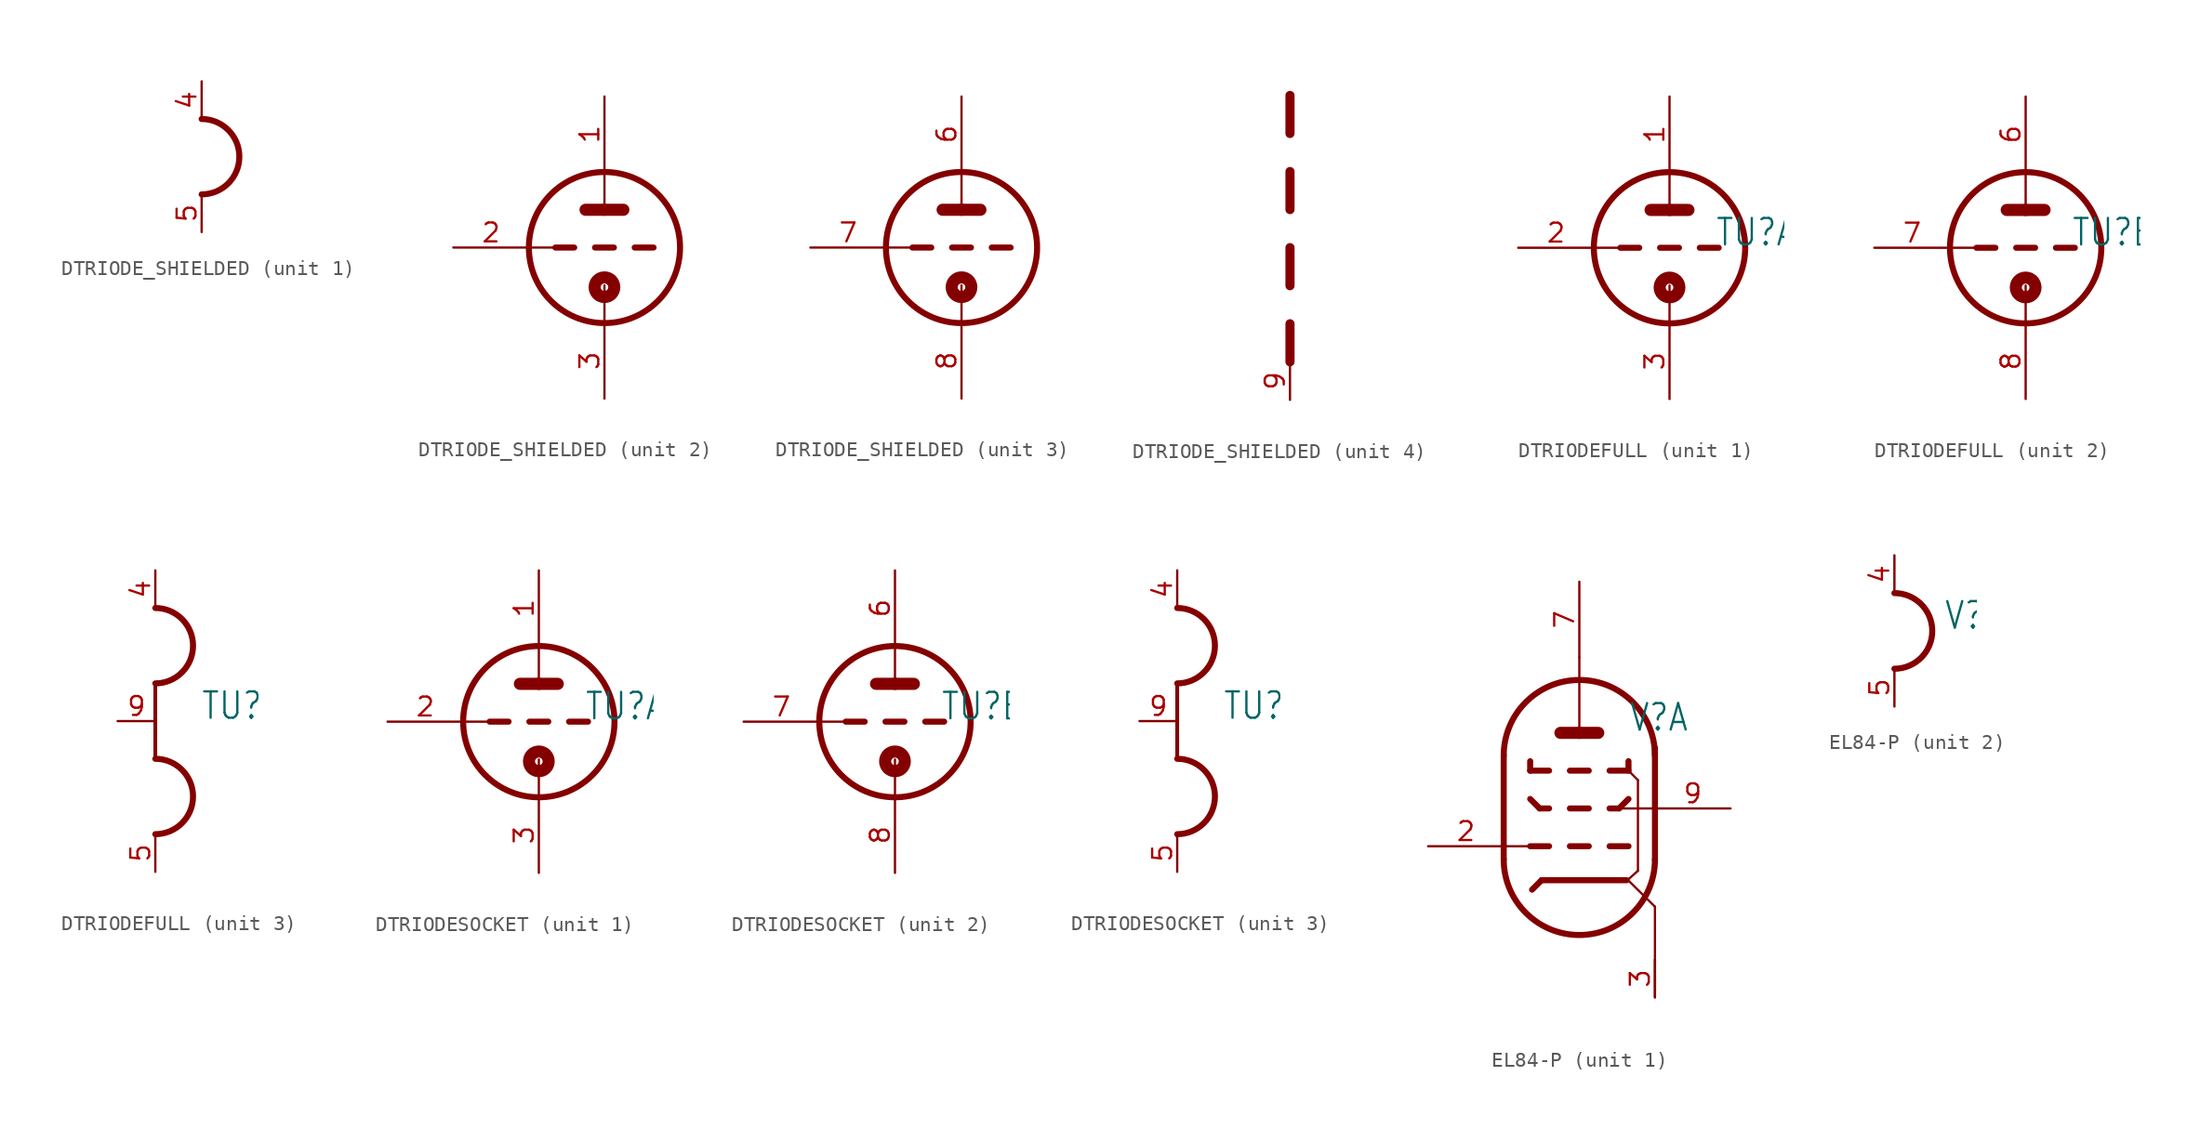
<source format=kicad_sym>
(kicad_symbol_lib
  (version 20231120)
  (generator "kicad_symbol_editor")
  (generator_version "8.0")
  (symbol "DTRIODE_SHIELDED"
    (property "Reference" "TU"
      (at 2.54 7.62 0)
      (effects (font (size 1.778 1.511)) (justify left bottom) (hide yes)))
    (property "ki_locked" ""
      (at 0 0 0)
      (effects (font (size 1.27 1.27))))
    (symbol "DTRIODE_SHIELDED_1_0"
      (arc (start 0 2.54) (mid 2.54 5.08) (end 0 7.62) (stroke (width 0.4064) (type solid)) (fill (type none)))
      (pin passive line (at 0 10.16 270) (length 2.54) (name "H1" (effects (font (size 0 0)))) (number "4" (effects (font (size 1.27 1.27)))))
      (pin passive line (at 0 0 90) (length 2.54) (name "H2" (effects (font (size 0 0)))) (number "5" (effects (font (size 1.27 1.27))))))
    (symbol "DTRIODE_SHIELDED_2_0"
      (circle (center 0 -2.667) (radius 0.254) (stroke (width 0.813) (type solid)) (fill (type none)))
      (polyline (pts (xy -5.08 0) (xy -3.302 0)) (stroke (width 0.152) (type solid)) (fill (type none)))
      (polyline (pts (xy -3.302 0) (xy -2.032 0)) (stroke (width 0.406) (type solid)) (fill (type none)))
      (polyline (pts (xy -1.27 2.54) (xy 0 2.54)) (stroke (width 0.813) (type solid)) (fill (type none)))
      (polyline (pts (xy -0.635 0) (xy 0.635 0)) (stroke (width 0.406) (type solid)) (fill (type none)))
      (polyline (pts (xy 0 -2.54) (xy 0 -5.08)) (stroke (width 0.152) (type solid)) (fill (type none)))
      (polyline (pts (xy 0 2.54) (xy 1.27 2.54)) (stroke (width 0.813) (type solid)) (fill (type none)))
      (polyline (pts (xy 0 5.08) (xy 0 2.54)) (stroke (width 0.152) (type solid)) (fill (type none)))
      (polyline (pts (xy 2.032 0) (xy 3.302 0)) (stroke (width 0.406) (type solid)) (fill (type none)))
      (circle (center 0 0) (radius 5.08) (stroke (width 0.406) (type solid)) (fill (type none)))
      (pin passive line (at 0 10.16 270) (length 5.08) (name "TA" (effects (font (size 0 0)))) (number "1" (effects (font (size 1.27 1.27)))))
      (pin passive line (at -10.16 0 0) (length 5.08) (name "TG" (effects (font (size 0 0)))) (number "2" (effects (font (size 1.27 1.27)))))
      (pin passive line (at 0 -10.16 90) (length 5.08) (name "TK" (effects (font (size 0 0)))) (number "3" (effects (font (size 1.27 1.27))))))
    (symbol "DTRIODE_SHIELDED_3_0"
      (circle (center 0 -2.667) (radius 0.254) (stroke (width 0.813) (type solid)) (fill (type none)))
      (polyline (pts (xy -5.08 0) (xy -3.302 0)) (stroke (width 0.152) (type solid)) (fill (type none)))
      (polyline (pts (xy -3.302 0) (xy -2.032 0)) (stroke (width 0.406) (type solid)) (fill (type none)))
      (polyline (pts (xy -1.27 2.54) (xy 0 2.54)) (stroke (width 0.813) (type solid)) (fill (type none)))
      (polyline (pts (xy -0.635 0) (xy 0.635 0)) (stroke (width 0.406) (type solid)) (fill (type none)))
      (polyline (pts (xy 0 -2.54) (xy 0 -5.08)) (stroke (width 0.152) (type solid)) (fill (type none)))
      (polyline (pts (xy 0 2.54) (xy 1.27 2.54)) (stroke (width 0.813) (type solid)) (fill (type none)))
      (polyline (pts (xy 0 5.08) (xy 0 2.54)) (stroke (width 0.152) (type solid)) (fill (type none)))
      (polyline (pts (xy 2.032 0) (xy 3.302 0)) (stroke (width 0.406) (type solid)) (fill (type none)))
      (circle (center 0 0) (radius 5.08) (stroke (width 0.406) (type solid)) (fill (type none)))
      (pin passive line (at 0 10.16 270) (length 5.08) (name "TA" (effects (font (size 0 0)))) (number "6" (effects (font (size 1.27 1.27)))))
      (pin passive line (at -10.16 0 0) (length 5.08) (name "TG" (effects (font (size 0 0)))) (number "7" (effects (font (size 1.27 1.27)))))
      (pin passive line (at 0 -10.16 90) (length 5.08) (name "TK" (effects (font (size 0 0)))) (number "8" (effects (font (size 1.27 1.27))))))
    (symbol "DTRIODE_SHIELDED_4_0"
      (polyline (pts (xy 0 -7.62) (xy 0 -5.08)) (stroke (width 0.61) (type solid)) (fill (type none)))
      (polyline (pts (xy 0 -2.54) (xy 0 0)) (stroke (width 0.61) (type solid)) (fill (type none)))
      (polyline (pts (xy 0 2.54) (xy 0 5.08)) (stroke (width 0.61) (type solid)) (fill (type none)))
      (polyline (pts (xy 0 7.62) (xy 0 10.16)) (stroke (width 0.61) (type solid)) (fill (type none)))
      (pin bidirectional line (at 0 -10.16 90) (length 2.54) (name "P$1" (effects (font (size 0 0)))) (number "9" (effects (font (size 1.27 1.27)))))))
  (symbol "DTRIODEFULL"
    (property "Reference" "TU"
      (at 3.048 0 0)
      (effects (font (size 1.778 1.511)) (justify left bottom)))
    (property "Value" ""
      (at 3.048 -2.54 0)
      (effects (font (size 1.778 1.511)) (justify left bottom)))
    (property "ki_locked" ""
      (at 0 0 0)
      (effects (font (size 1.27 1.27))))
    (symbol "DTRIODEFULL_1_0"
      (circle (center 0 -2.667) (radius 0.254) (stroke (width 0.813) (type solid)) (fill (type none)))
      (polyline (pts (xy -5.08 0) (xy -3.302 0)) (stroke (width 0.152) (type solid)) (fill (type none)))
      (polyline (pts (xy -3.302 0) (xy -2.032 0)) (stroke (width 0.406) (type solid)) (fill (type none)))
      (polyline (pts (xy -1.27 2.54) (xy 0 2.54)) (stroke (width 0.813) (type solid)) (fill (type none)))
      (polyline (pts (xy -0.635 0) (xy 0.635 0)) (stroke (width 0.406) (type solid)) (fill (type none)))
      (polyline (pts (xy 0 -2.54) (xy 0 -5.08)) (stroke (width 0.152) (type solid)) (fill (type none)))
      (polyline (pts (xy 0 2.54) (xy 1.27 2.54)) (stroke (width 0.813) (type solid)) (fill (type none)))
      (polyline (pts (xy 0 5.08) (xy 0 2.54)) (stroke (width 0.152) (type solid)) (fill (type none)))
      (polyline (pts (xy 2.032 0) (xy 3.302 0)) (stroke (width 0.406) (type solid)) (fill (type none)))
      (circle (center 0 0) (radius 5.08) (stroke (width 0.406) (type solid)) (fill (type none)))
      (pin passive line (at 0 10.16 270) (length 5.08) (name "TA" (effects (font (size 0 0)))) (number "1" (effects (font (size 1.27 1.27)))))
      (pin passive line (at -10.16 0 0) (length 5.08) (name "TG" (effects (font (size 0 0)))) (number "2" (effects (font (size 1.27 1.27)))))
      (pin passive line (at 0 -10.16 90) (length 5.08) (name "TK" (effects (font (size 0 0)))) (number "3" (effects (font (size 1.27 1.27))))))
    (symbol "DTRIODEFULL_2_0"
      (circle (center 0 -2.667) (radius 0.254) (stroke (width 0.813) (type solid)) (fill (type none)))
      (polyline (pts (xy -5.08 0) (xy -3.302 0)) (stroke (width 0.152) (type solid)) (fill (type none)))
      (polyline (pts (xy -3.302 0) (xy -2.032 0)) (stroke (width 0.406) (type solid)) (fill (type none)))
      (polyline (pts (xy -1.27 2.54) (xy 0 2.54)) (stroke (width 0.813) (type solid)) (fill (type none)))
      (polyline (pts (xy -0.635 0) (xy 0.635 0)) (stroke (width 0.406) (type solid)) (fill (type none)))
      (polyline (pts (xy 0 -2.54) (xy 0 -5.08)) (stroke (width 0.152) (type solid)) (fill (type none)))
      (polyline (pts (xy 0 2.54) (xy 1.27 2.54)) (stroke (width 0.813) (type solid)) (fill (type none)))
      (polyline (pts (xy 0 5.08) (xy 0 2.54)) (stroke (width 0.152) (type solid)) (fill (type none)))
      (polyline (pts (xy 2.032 0) (xy 3.302 0)) (stroke (width 0.406) (type solid)) (fill (type none)))
      (circle (center 0 0) (radius 5.08) (stroke (width 0.406) (type solid)) (fill (type none)))
      (pin passive line (at 0 10.16 270) (length 5.08) (name "TA" (effects (font (size 0 0)))) (number "6" (effects (font (size 1.27 1.27)))))
      (pin passive line (at -10.16 0 0) (length 5.08) (name "TG" (effects (font (size 0 0)))) (number "7" (effects (font (size 1.27 1.27)))))
      (pin passive line (at 0 -10.16 90) (length 5.08) (name "TK" (effects (font (size 0 0)))) (number "8" (effects (font (size 1.27 1.27))))))
    (symbol "DTRIODEFULL_3_0"
      (arc (start 0 -7.62) (mid 2.54 -5.08) (end 0 -2.54) (stroke (width 0.4064) (type solid)) (fill (type none)))
      (polyline (pts (xy 0 2.54) (xy 0 -2.54)) (stroke (width 0.254) (type solid)) (fill (type none)))
      (arc (start 0 2.54) (mid 2.54 5.08) (end 0 7.62) (stroke (width 0.4064) (type solid)) (fill (type none)))
      (pin passive line (at 0 10.16 270) (length 2.54) (name "H1" (effects (font (size 0 0)))) (number "4" (effects (font (size 1.27 1.27)))))
      (pin passive line (at 0 -10.16 90) (length 2.54) (name "H3" (effects (font (size 0 0)))) (number "5" (effects (font (size 1.27 1.27)))))
      (pin passive line (at -2.54 0 0) (length 2.54) (name "H2" (effects (font (size 0 0)))) (number "9" (effects (font (size 1.27 1.27)))))))
  (symbol "DTRIODESOCKET"
    (property "Reference" "TU"
      (at 3.048 0 0)
      (effects (font (size 1.778 1.511)) (justify left bottom)))
    (property "Value" ""
      (at 3.048 -2.54 0)
      (effects (font (size 1.778 1.511)) (justify left bottom)))
    (property "ki_locked" ""
      (at 0 0 0)
      (effects (font (size 1.27 1.27))))
    (symbol "DTRIODESOCKET_1_0"
      (circle (center 0 -2.667) (radius 0.254) (stroke (width 0.813) (type solid)) (fill (type none)))
      (polyline (pts (xy -5.08 0) (xy -3.302 0)) (stroke (width 0.152) (type solid)) (fill (type none)))
      (polyline (pts (xy -3.302 0) (xy -2.032 0)) (stroke (width 0.406) (type solid)) (fill (type none)))
      (polyline (pts (xy -1.27 2.54) (xy 0 2.54)) (stroke (width 0.813) (type solid)) (fill (type none)))
      (polyline (pts (xy -0.635 0) (xy 0.635 0)) (stroke (width 0.406) (type solid)) (fill (type none)))
      (polyline (pts (xy 0 -2.54) (xy 0 -5.08)) (stroke (width 0.152) (type solid)) (fill (type none)))
      (polyline (pts (xy 0 2.54) (xy 1.27 2.54)) (stroke (width 0.813) (type solid)) (fill (type none)))
      (polyline (pts (xy 0 5.08) (xy 0 2.54)) (stroke (width 0.152) (type solid)) (fill (type none)))
      (polyline (pts (xy 2.032 0) (xy 3.302 0)) (stroke (width 0.406) (type solid)) (fill (type none)))
      (circle (center 0 0) (radius 5.08) (stroke (width 0.406) (type solid)) (fill (type none)))
      (pin passive line (at 0 10.16 270) (length 5.08) (name "TA" (effects (font (size 0 0)))) (number "1" (effects (font (size 1.27 1.27)))))
      (pin passive line (at -10.16 0 0) (length 5.08) (name "TG" (effects (font (size 0 0)))) (number "2" (effects (font (size 1.27 1.27)))))
      (pin passive line (at 0 -10.16 90) (length 5.08) (name "TK" (effects (font (size 0 0)))) (number "3" (effects (font (size 1.27 1.27))))))
    (symbol "DTRIODESOCKET_2_0"
      (circle (center 0 -2.667) (radius 0.254) (stroke (width 0.813) (type solid)) (fill (type none)))
      (polyline (pts (xy -5.08 0) (xy -3.302 0)) (stroke (width 0.152) (type solid)) (fill (type none)))
      (polyline (pts (xy -3.302 0) (xy -2.032 0)) (stroke (width 0.406) (type solid)) (fill (type none)))
      (polyline (pts (xy -1.27 2.54) (xy 0 2.54)) (stroke (width 0.813) (type solid)) (fill (type none)))
      (polyline (pts (xy -0.635 0) (xy 0.635 0)) (stroke (width 0.406) (type solid)) (fill (type none)))
      (polyline (pts (xy 0 -2.54) (xy 0 -5.08)) (stroke (width 0.152) (type solid)) (fill (type none)))
      (polyline (pts (xy 0 2.54) (xy 1.27 2.54)) (stroke (width 0.813) (type solid)) (fill (type none)))
      (polyline (pts (xy 0 5.08) (xy 0 2.54)) (stroke (width 0.152) (type solid)) (fill (type none)))
      (polyline (pts (xy 2.032 0) (xy 3.302 0)) (stroke (width 0.406) (type solid)) (fill (type none)))
      (circle (center 0 0) (radius 5.08) (stroke (width 0.406) (type solid)) (fill (type none)))
      (pin passive line (at 0 10.16 270) (length 5.08) (name "TA" (effects (font (size 0 0)))) (number "6" (effects (font (size 1.27 1.27)))))
      (pin passive line (at -10.16 0 0) (length 5.08) (name "TG" (effects (font (size 0 0)))) (number "7" (effects (font (size 1.27 1.27)))))
      (pin passive line (at 0 -10.16 90) (length 5.08) (name "TK" (effects (font (size 0 0)))) (number "8" (effects (font (size 1.27 1.27))))))
    (symbol "DTRIODESOCKET_3_0"
      (arc (start 0 -7.62) (mid 2.54 -5.08) (end 0 -2.54) (stroke (width 0.4064) (type solid)) (fill (type none)))
      (polyline (pts (xy 0 2.54) (xy 0 -2.54)) (stroke (width 0.254) (type solid)) (fill (type none)))
      (arc (start 0 2.54) (mid 2.54 5.08) (end 0 7.62) (stroke (width 0.4064) (type solid)) (fill (type none)))
      (pin passive line (at 0 10.16 270) (length 2.54) (name "H1" (effects (font (size 0 0)))) (number "4" (effects (font (size 1.27 1.27)))))
      (pin passive line (at 0 -10.16 90) (length 2.54) (name "H3" (effects (font (size 0 0)))) (number "5" (effects (font (size 1.27 1.27)))))
      (pin passive line (at -2.54 0 0) (length 2.54) (name "H2" (effects (font (size 0 0)))) (number "9" (effects (font (size 1.27 1.27)))))))
  (symbol "EL84-P"
    (property "Reference" "V"
      (at 3.302 5.08 0)
      (effects (font (size 1.778 1.511)) (justify left bottom)))
    (property "Value" ""
      (at 3.302 2.54 0)
      (effects (font (size 1.778 1.511)) (justify left bottom)))
    (property "ki_locked" ""
      (at 0 0 0)
      (effects (font (size 1.27 1.27))))
    (symbol "EL84-P_1_0"
      (arc (start -5.08 -3.429) (mid 0 -8.509) (end 5.08 -3.429) (stroke (width 0.4064) (type solid)) (fill (type none)))
      (polyline (pts (xy -5.08 -2.54) (xy -5.08 -3.429)) (stroke (width 0.406) (type solid)) (fill (type none)))
      (polyline (pts (xy -5.08 -2.54) (xy -2.032 -2.54)) (stroke (width 0.152) (type solid)) (fill (type none)))
      (polyline (pts (xy -5.08 3.556) (xy -5.08 -2.54)) (stroke (width 0.406) (type solid)) (fill (type none)))
      (polyline (pts (xy -3.302 -2.54) (xy -2.032 -2.54)) (stroke (width 0.406) (type solid)) (fill (type none)))
      (polyline (pts (xy -3.302 2.54) (xy -3.302 3.175)) (stroke (width 0.406) (type solid)) (fill (type none)))
      (polyline (pts (xy -2.667 0) (xy -3.302 0.635)) (stroke (width 0.406) (type solid)) (fill (type none)))
      (polyline (pts (xy -2.54 -4.826) (xy -3.175 -5.461)) (stroke (width 0.406) (type solid)) (fill (type none)))
      (polyline (pts (xy -2.032 0) (xy -2.667 0)) (stroke (width 0.406) (type solid)) (fill (type none)))
      (polyline (pts (xy -2.032 2.54) (xy -3.302 2.54)) (stroke (width 0.406) (type solid)) (fill (type none)))
      (polyline (pts (xy -1.27 5.08) (xy 0 5.08)) (stroke (width 0.813) (type solid)) (fill (type none)))
      (polyline (pts (xy -0.635 -2.54) (xy 0.635 -2.54)) (stroke (width 0.406) (type solid)) (fill (type none)))
      (polyline (pts (xy -0.635 0) (xy 0.635 0)) (stroke (width 0.406) (type solid)) (fill (type none)))
      (polyline (pts (xy -0.635 2.54) (xy 0.635 2.54)) (stroke (width 0.406) (type solid)) (fill (type none)))
      (polyline (pts (xy 0 5.08) (xy 1.27 5.08)) (stroke (width 0.813) (type solid)) (fill (type none)))
      (polyline (pts (xy 0 10.16) (xy 0 5.08)) (stroke (width 0.152) (type solid)) (fill (type none)))
      (polyline (pts (xy 2.032 -2.54) (xy 3.302 -2.54)) (stroke (width 0.406) (type solid)) (fill (type none)))
      (polyline (pts (xy 2.032 0) (xy 2.667 0)) (stroke (width 0.406) (type solid)) (fill (type none)))
      (polyline (pts (xy 2.032 0) (xy 5.08 0)) (stroke (width 0.152) (type solid)) (fill (type none)))
      (polyline (pts (xy 2.032 2.54) (xy 3.302 2.54)) (stroke (width 0.406) (type solid)) (fill (type none)))
      (polyline (pts (xy 2.667 0) (xy 3.302 0.635)) (stroke (width 0.406) (type solid)) (fill (type none)))
      (polyline (pts (xy 3.175 -4.826) (xy -2.54 -4.826)) (stroke (width 0.406) (type solid)) (fill (type none)))
      (polyline (pts (xy 3.251 -4.801) (xy 5.08 -6.604)) (stroke (width 0.152) (type solid)) (fill (type none)))
      (polyline (pts (xy 3.302 2.54) (xy 3.302 3.175)) (stroke (width 0.406) (type solid)) (fill (type none)))
      (polyline (pts (xy 3.302 2.54) (xy 3.937 1.905)) (stroke (width 0.152) (type solid)) (fill (type none)))
      (polyline (pts (xy 3.937 -4.191) (xy 3.251 -4.801)) (stroke (width 0.152) (type solid)) (fill (type none)))
      (polyline (pts (xy 3.937 1.905) (xy 3.937 -4.191)) (stroke (width 0.152) (type solid)) (fill (type none)))
      (polyline (pts (xy 5.08 -6.604) (xy 5.08 -12.7)) (stroke (width 0.152) (type solid)) (fill (type none)))
      (polyline (pts (xy 5.08 0) (xy 5.08 -3.429)) (stroke (width 0.406) (type solid)) (fill (type none)))
      (polyline (pts (xy 5.08 4.064) (xy 5.08 0)) (stroke (width 0.406) (type solid)) (fill (type none)))
      (arc (start 5.08 3.556) (mid 0 8.636) (end -5.08 3.556) (stroke (width 0.4064) (type solid)) (fill (type none)))
      (pin passive line (at -10.16 -2.54 0) (length 5.08) (name "PG" (effects (font (size 0 0)))) (number "2" (effects (font (size 1.27 1.27)))))
      (pin passive line (at 5.08 -12.7 90) (length 2.54) (name "PK" (effects (font (size 0 0)))) (number "3" (effects (font (size 1.27 1.27)))))
      (pin passive line (at 0 15.24 270) (length 5.08) (name "PA" (effects (font (size 0 0)))) (number "7" (effects (font (size 1.27 1.27)))))
      (pin passive line (at 10.16 0 180) (length 5.08) (name "PSG" (effects (font (size 0 0)))) (number "9" (effects (font (size 1.27 1.27))))))
    (symbol "EL84-P_2_0"
      (arc (start 0 2.54) (mid 2.54 5.08) (end 0 7.62) (stroke (width 0.4064) (type solid)) (fill (type none)))
      (pin passive line (at 0 10.16 270) (length 2.54) (name "H1" (effects (font (size 0 0)))) (number "4" (effects (font (size 1.27 1.27)))))
      (pin passive line (at 0 0 90) (length 2.54) (name "H2" (effects (font (size 0 0)))) (number "5" (effects (font (size 1.27 1.27))))))))
</source>
